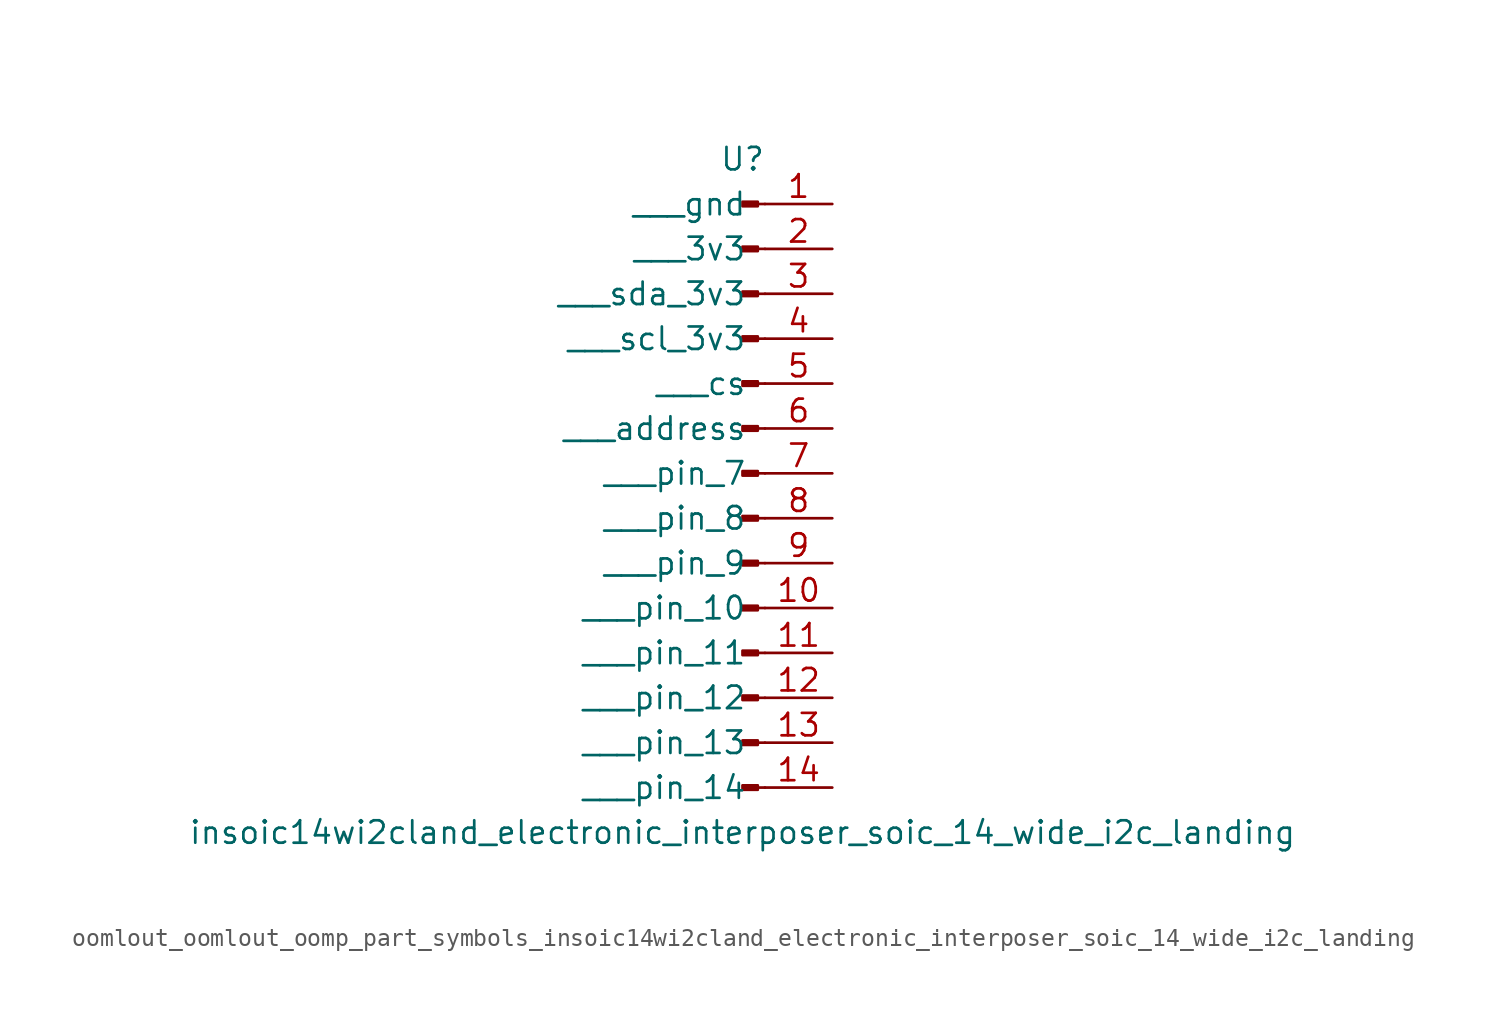
<source format=kicad_sym>
(kicad_symbol_lib
  (version 20220914)
  (generator kicad_symbol_editor)
  (symbol "oomlout_oomlout_oomp_part_symbols_insoic14wi2cland_electronic_interposer_soic_14_wide_i2c_landing"
    (pin_names
      (offset 1.016))
    (property "Reference" "U"
      (at 0 17.78 0)
      (effects (font (size 1.27 1.27))))
    (property "Value" "insoic14wi2cland_electronic_interposer_soic_14_wide_i2c_landing"
      (at 0 -20.32 0)
      (effects (font (size 1.27 1.27))))
    (property "ki_locked" ""
      (at 0 0 0)
      (effects (font (size 1.27 1.27))))
    (symbol "oomlout_oomlout_oomp_part_symbols_insoic14wi2cland_electronic_interposer_soic_14_wide_i2c_landing_1_1"
      (polyline (pts (xy 1.27 -17.78) (xy 0.864 -17.78)) (stroke (width 0.152) (type default)) (fill (type none)))
      (polyline (pts (xy 1.27 -15.24) (xy 0.864 -15.24)) (stroke (width 0.152) (type default)) (fill (type none)))
      (polyline (pts (xy 1.27 -12.7) (xy 0.864 -12.7)) (stroke (width 0.152) (type default)) (fill (type none)))
      (polyline (pts (xy 1.27 -10.16) (xy 0.864 -10.16)) (stroke (width 0.152) (type default)) (fill (type none)))
      (polyline (pts (xy 1.27 -7.62) (xy 0.864 -7.62)) (stroke (width 0.152) (type default)) (fill (type none)))
      (polyline (pts (xy 1.27 -5.08) (xy 0.864 -5.08)) (stroke (width 0.152) (type default)) (fill (type none)))
      (polyline (pts (xy 1.27 -2.54) (xy 0.864 -2.54)) (stroke (width 0.152) (type default)) (fill (type none)))
      (polyline (pts (xy 1.27 0) (xy 0.864 0)) (stroke (width 0.152) (type default)) (fill (type none)))
      (polyline (pts (xy 1.27 2.54) (xy 0.864 2.54)) (stroke (width 0.152) (type default)) (fill (type none)))
      (polyline (pts (xy 1.27 5.08) (xy 0.864 5.08)) (stroke (width 0.152) (type default)) (fill (type none)))
      (polyline (pts (xy 1.27 7.62) (xy 0.864 7.62)) (stroke (width 0.152) (type default)) (fill (type none)))
      (polyline (pts (xy 1.27 10.16) (xy 0.864 10.16)) (stroke (width 0.152) (type default)) (fill (type none)))
      (polyline (pts (xy 1.27 12.7) (xy 0.864 12.7)) (stroke (width 0.152) (type default)) (fill (type none)))
      (polyline (pts (xy 1.27 15.24) (xy 0.864 15.24)) (stroke (width 0.152) (type default)) (fill (type none)))
      (rectangle (start 0.864 -17.653) (end 0 -17.907) (stroke (width 0.152) (type default)) (fill (type outline)))
      (rectangle (start 0.864 -15.113) (end 0 -15.367) (stroke (width 0.152) (type default)) (fill (type outline)))
      (rectangle (start 0.864 -12.573) (end 0 -12.827) (stroke (width 0.152) (type default)) (fill (type outline)))
      (rectangle (start 0.864 -10.033) (end 0 -10.287) (stroke (width 0.152) (type default)) (fill (type outline)))
      (rectangle (start 0.864 -7.493) (end 0 -7.747) (stroke (width 0.152) (type default)) (fill (type outline)))
      (rectangle (start 0.864 -4.953) (end 0 -5.207) (stroke (width 0.152) (type default)) (fill (type outline)))
      (rectangle (start 0.864 -2.413) (end 0 -2.667) (stroke (width 0.152) (type default)) (fill (type outline)))
      (rectangle (start 0.864 0.127) (end 0 -0.127) (stroke (width 0.152) (type default)) (fill (type outline)))
      (rectangle (start 0.864 2.667) (end 0 2.413) (stroke (width 0.152) (type default)) (fill (type outline)))
      (rectangle (start 0.864 5.207) (end 0 4.953) (stroke (width 0.152) (type default)) (fill (type outline)))
      (rectangle (start 0.864 7.747) (end 0 7.493) (stroke (width 0.152) (type default)) (fill (type outline)))
      (rectangle (start 0.864 10.287) (end 0 10.033) (stroke (width 0.152) (type default)) (fill (type outline)))
      (rectangle (start 0.864 12.827) (end 0 12.573) (stroke (width 0.152) (type default)) (fill (type outline)))
      (rectangle (start 0.864 15.367) (end 0 15.113) (stroke (width 0.152) (type default)) (fill (type outline)))
      (pin passive line (at 5.08 15.24 180) (length 3.81) (name "   gnd" (effects (font (size 1.27 1.27)))) (number "1" (effects (font (size 1.27 1.27)))))
      (pin passive line (at 5.08 -7.62 180) (length 3.81) (name "   pin_10" (effects (font (size 1.27 1.27)))) (number "10" (effects (font (size 1.27 1.27)))))
      (pin passive line (at 5.08 -10.16 180) (length 3.81) (name "   pin_11" (effects (font (size 1.27 1.27)))) (number "11" (effects (font (size 1.27 1.27)))))
      (pin passive line (at 5.08 -12.7 180) (length 3.81) (name "   pin_12" (effects (font (size 1.27 1.27)))) (number "12" (effects (font (size 1.27 1.27)))))
      (pin passive line (at 5.08 -15.24 180) (length 3.81) (name "   pin_13" (effects (font (size 1.27 1.27)))) (number "13" (effects (font (size 1.27 1.27)))))
      (pin passive line (at 5.08 -17.78 180) (length 3.81) (name "   pin_14" (effects (font (size 1.27 1.27)))) (number "14" (effects (font (size 1.27 1.27)))))
      (pin passive line (at 5.08 12.7 180) (length 3.81) (name "   3v3" (effects (font (size 1.27 1.27)))) (number "2" (effects (font (size 1.27 1.27)))))
      (pin passive line (at 5.08 10.16 180) (length 3.81) (name "   sda_3v3" (effects (font (size 1.27 1.27)))) (number "3" (effects (font (size 1.27 1.27)))))
      (pin passive line (at 5.08 7.62 180) (length 3.81) (name "   scl_3v3" (effects (font (size 1.27 1.27)))) (number "4" (effects (font (size 1.27 1.27)))))
      (pin passive line (at 5.08 5.08 180) (length 3.81) (name "   cs" (effects (font (size 1.27 1.27)))) (number "5" (effects (font (size 1.27 1.27)))))
      (pin passive line (at 5.08 2.54 180) (length 3.81) (name "   address" (effects (font (size 1.27 1.27)))) (number "6" (effects (font (size 1.27 1.27)))))
      (pin passive line (at 5.08 0 180) (length 3.81) (name "   pin_7" (effects (font (size 1.27 1.27)))) (number "7" (effects (font (size 1.27 1.27)))))
      (pin passive line (at 5.08 -2.54 180) (length 3.81) (name "   pin_8" (effects (font (size 1.27 1.27)))) (number "8" (effects (font (size 1.27 1.27)))))
      (pin passive line (at 5.08 -5.08 180) (length 3.81) (name "   pin_9" (effects (font (size 1.27 1.27)))) (number "9" (effects (font (size 1.27 1.27))))))))
</source>
